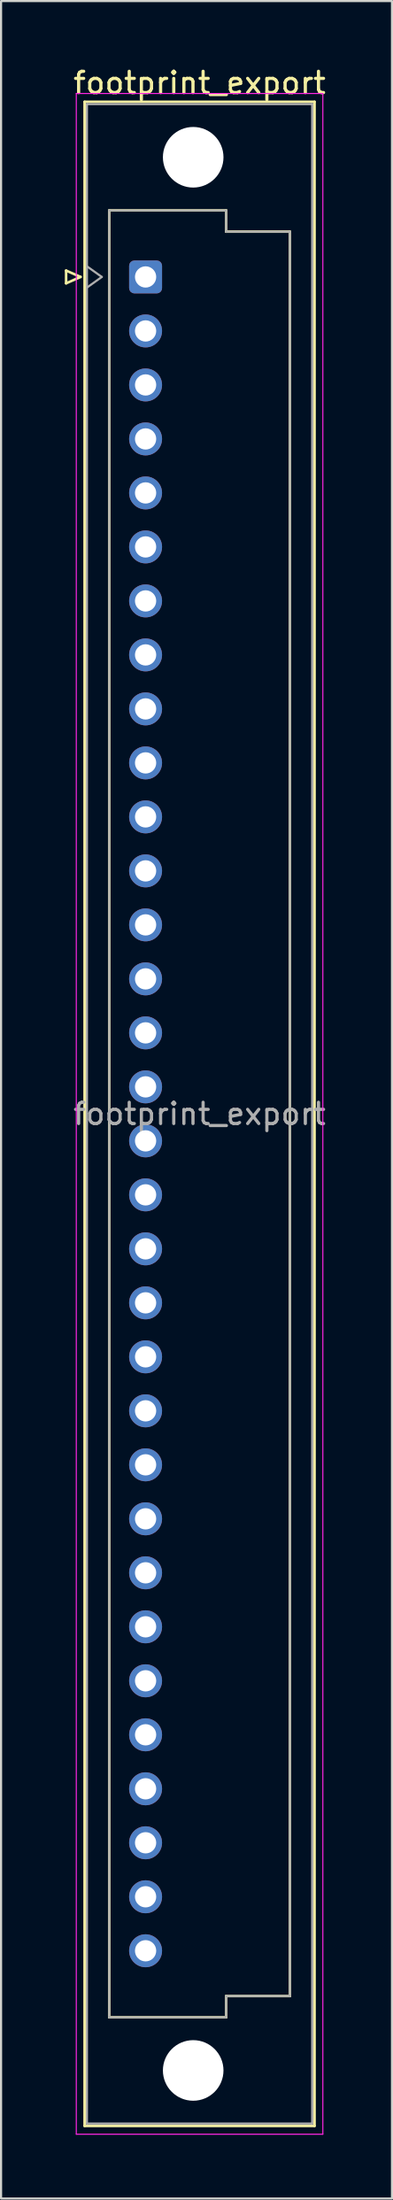
<source format=kicad_pcb>
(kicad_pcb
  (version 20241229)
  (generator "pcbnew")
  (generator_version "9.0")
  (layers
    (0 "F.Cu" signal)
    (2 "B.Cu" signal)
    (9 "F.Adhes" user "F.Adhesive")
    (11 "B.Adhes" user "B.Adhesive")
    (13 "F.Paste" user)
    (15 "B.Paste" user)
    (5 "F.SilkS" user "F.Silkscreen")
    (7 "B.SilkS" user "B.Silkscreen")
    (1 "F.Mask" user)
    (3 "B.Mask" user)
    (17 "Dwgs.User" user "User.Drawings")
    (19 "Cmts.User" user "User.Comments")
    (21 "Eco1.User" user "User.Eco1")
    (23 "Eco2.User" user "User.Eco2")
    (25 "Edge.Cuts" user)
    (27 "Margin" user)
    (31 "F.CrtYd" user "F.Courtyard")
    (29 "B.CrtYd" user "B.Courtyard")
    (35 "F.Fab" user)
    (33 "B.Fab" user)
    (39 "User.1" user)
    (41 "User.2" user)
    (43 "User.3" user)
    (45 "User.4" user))
  (footprint "footprint_export"
    (layer "F.Cu")
    (at 3.8 9.978)
    (property "Reference" "footprint_export" (at 2.54 -9.13 0) (layer "F.SilkS") (effects (font (size 1 1) (thickness 0.15))))
    (attr through_hole)
    (fp_line (start -3.74 -0.3) (end -3.74 0.3) (stroke (width 0.12) (type solid)) (layer "F.SilkS"))
    (fp_line (start -3.74 0.3) (end -3.06 0) (stroke (width 0.12) (type solid)) (layer "F.SilkS"))
    (fp_line (start -3.06 0) (end -3.74 -0.3) (stroke (width 0.12) (type solid)) (layer "F.SilkS"))
    (fp_line (start -2.87 -8.24) (end 7.95 -8.24) (stroke (width 0.12) (type solid)) (layer "F.SilkS"))
    (fp_line (start -2.87 86.98) (end -2.87 -8.24) (stroke (width 0.12) (type solid)) (layer "F.SilkS"))
    (fp_line (start -1.71 -3.131) (end 3.79 -3.131) (stroke (width 0.12) (type solid)) (layer "F.SilkS"))
    (fp_line (start -1.71 81.87) (end -1.71 -3.131) (stroke (width 0.12) (type solid)) (layer "F.SilkS"))
    (fp_line (start 3.79 -3.131) (end 3.79 -2.131) (stroke (width 0.12) (type solid)) (layer "F.SilkS"))
    (fp_line (start 3.79 -2.131) (end 6.79 -2.131) (stroke (width 0.12) (type solid)) (layer "F.SilkS"))
    (fp_line (start 3.79 80.87) (end 3.79 81.87) (stroke (width 0.12) (type solid)) (layer "F.SilkS"))
    (fp_line (start 3.79 81.87) (end -1.71 81.87) (stroke (width 0.12) (type solid)) (layer "F.SilkS"))
    (fp_line (start 6.79 -2.131) (end 6.79 80.87) (stroke (width 0.12) (type solid)) (layer "F.SilkS"))
    (fp_line (start 6.79 80.87) (end 3.79 80.87) (stroke (width 0.12) (type solid)) (layer "F.SilkS"))
    (fp_line (start 7.95 -8.24) (end 7.95 86.98) (stroke (width 0.12) (type solid)) (layer "F.SilkS"))
    (fp_line (start 7.95 86.98) (end -2.87 86.98) (stroke (width 0.12) (type solid)) (layer "F.SilkS"))
    (fp_line (start -3.26 -8.63) (end 8.34 -8.63) (stroke (width 0.05) (type solid)) (layer "F.CrtYd"))
    (fp_line (start -3.26 87.37) (end -3.26 -8.63) (stroke (width 0.05) (type solid)) (layer "F.CrtYd"))
    (fp_line (start 8.34 -8.63) (end 8.34 87.37) (stroke (width 0.05) (type solid)) (layer "F.CrtYd"))
    (fp_line (start 8.34 87.37) (end -3.26 87.37) (stroke (width 0.05) (type solid)) (layer "F.CrtYd"))
    (fp_line (start -2.76 -8.13) (end 7.84 -8.13) (stroke (width 0.1) (type solid)) (layer "F.Fab"))
    (fp_line (start -2.76 -0.5) (end -2.06 0) (stroke (width 0.1) (type solid)) (layer "F.Fab"))
    (fp_line (start -2.76 86.87) (end -2.76 -8.13) (stroke (width 0.1) (type solid)) (layer "F.Fab"))
    (fp_line (start -2.06 0) (end -2.76 0.5) (stroke (width 0.1) (type solid)) (layer "F.Fab"))
    (fp_line (start -1.71 -3.13) (end 3.79 -3.13) (stroke (width 0.1) (type solid)) (layer "F.Fab"))
    (fp_line (start -1.71 81.87) (end -1.71 -3.13) (stroke (width 0.1) (type solid)) (layer "F.Fab"))
    (fp_line (start 3.79 -3.13) (end 3.79 -2.13) (stroke (width 0.1) (type solid)) (layer "F.Fab"))
    (fp_line (start 3.79 -2.13) (end 6.79 -2.13) (stroke (width 0.1) (type solid)) (layer "F.Fab"))
    (fp_line (start 3.79 80.87) (end 3.79 81.87) (stroke (width 0.1) (type solid)) (layer "F.Fab"))
    (fp_line (start 3.79 81.87) (end -1.71 81.87) (stroke (width 0.1) (type solid)) (layer "F.Fab"))
    (fp_line (start 6.79 -2.13) (end 6.79 80.87) (stroke (width 0.1) (type solid)) (layer "F.Fab"))
    (fp_line (start 6.79 80.87) (end 3.79 80.87) (stroke (width 0.1) (type solid)) (layer "F.Fab"))
    (fp_line (start 7.84 -8.13) (end 7.84 86.87) (stroke (width 0.1) (type solid)) (layer "F.Fab"))
    (fp_line (start 7.84 86.87) (end -2.76 86.87) (stroke (width 0.1) (type solid)) (layer "F.Fab"))
    (fp_text user "${REFERENCE}" (at 2.54 39.37 0) (layer "F.Fab") (effects (font (size 1 1) (thickness 0.15))))
    (pad "" np_thru_hole circle (at 2.24 -5.63) (size 2.85 2.85) (drill 2.85) (layers "*.Cu" "*.Mask"))
    (pad "" np_thru_hole circle (at 2.24 84.37) (size 2.85 2.85) (drill 2.85) (layers "*.Cu" "*.Mask"))
    (pad "a1" thru_hole roundrect (at 0 0) (size 1.55 1.55) (drill 1) (layers "*.Cu" "*.Mask") (roundrect_rratio 0.161))
    (pad "a2" thru_hole circle (at 0 2.54) (size 1.55 1.55) (drill 1) (layers "*.Cu" "*.Mask"))
    (pad "a3" thru_hole circle (at 0 5.08) (size 1.55 1.55) (drill 1) (layers "*.Cu" "*.Mask"))
    (pad "a4" thru_hole circle (at 0 7.62) (size 1.55 1.55) (drill 1) (layers "*.Cu" "*.Mask"))
    (pad "a5" thru_hole circle (at 0 10.16) (size 1.55 1.55) (drill 1) (layers "*.Cu" "*.Mask"))
    (pad "a6" thru_hole circle (at 0 12.7) (size 1.55 1.55) (drill 1) (layers "*.Cu" "*.Mask"))
    (pad "a7" thru_hole circle (at 0 15.24) (size 1.55 1.55) (drill 1) (layers "*.Cu" "*.Mask"))
    (pad "a8" thru_hole circle (at 0 17.78) (size 1.55 1.55) (drill 1) (layers "*.Cu" "*.Mask"))
    (pad "a9" thru_hole circle (at 0 20.32) (size 1.55 1.55) (drill 1) (layers "*.Cu" "*.Mask"))
    (pad "a10" thru_hole circle (at 0 22.86) (size 1.55 1.55) (drill 1) (layers "*.Cu" "*.Mask"))
    (pad "a11" thru_hole circle (at 0 25.4) (size 1.55 1.55) (drill 1) (layers "*.Cu" "*.Mask"))
    (pad "a12" thru_hole circle (at 0 27.94) (size 1.55 1.55) (drill 1) (layers "*.Cu" "*.Mask"))
    (pad "a13" thru_hole circle (at 0 30.48) (size 1.55 1.55) (drill 1) (layers "*.Cu" "*.Mask"))
    (pad "a14" thru_hole circle (at 0 33.02) (size 1.55 1.55) (drill 1) (layers "*.Cu" "*.Mask"))
    (pad "a15" thru_hole circle (at 0 35.56) (size 1.55 1.55) (drill 1) (layers "*.Cu" "*.Mask"))
    (pad "a16" thru_hole circle (at 0 38.1) (size 1.55 1.55) (drill 1) (layers "*.Cu" "*.Mask"))
    (pad "a17" thru_hole circle (at 0 40.64) (size 1.55 1.55) (drill 1) (layers "*.Cu" "*.Mask"))
    (pad "a18" thru_hole circle (at 0 43.18) (size 1.55 1.55) (drill 1) (layers "*.Cu" "*.Mask"))
    (pad "a19" thru_hole circle (at 0 45.72) (size 1.55 1.55) (drill 1) (layers "*.Cu" "*.Mask"))
    (pad "a20" thru_hole circle (at 0 48.26) (size 1.55 1.55) (drill 1) (layers "*.Cu" "*.Mask"))
    (pad "a21" thru_hole circle (at 0 50.8) (size 1.55 1.55) (drill 1) (layers "*.Cu" "*.Mask"))
    (pad "a22" thru_hole circle (at 0 53.34) (size 1.55 1.55) (drill 1) (layers "*.Cu" "*.Mask"))
    (pad "a23" thru_hole circle (at 0 55.88) (size 1.55 1.55) (drill 1) (layers "*.Cu" "*.Mask"))
    (pad "a24" thru_hole circle (at 0 58.42) (size 1.55 1.55) (drill 1) (layers "*.Cu" "*.Mask"))
    (pad "a25" thru_hole circle (at 0 60.96) (size 1.55 1.55) (drill 1) (layers "*.Cu" "*.Mask"))
    (pad "a26" thru_hole circle (at 0 63.5) (size 1.55 1.55) (drill 1) (layers "*.Cu" "*.Mask"))
    (pad "a27" thru_hole circle (at 0 66.04) (size 1.55 1.55) (drill 1) (layers "*.Cu" "*.Mask"))
    (pad "a28" thru_hole circle (at 0 68.58) (size 1.55 1.55) (drill 1) (layers "*.Cu" "*.Mask"))
    (pad "a29" thru_hole circle (at 0 71.12) (size 1.55 1.55) (drill 1) (layers "*.Cu" "*.Mask"))
    (pad "a30" thru_hole circle (at 0 73.66) (size 1.55 1.55) (drill 1) (layers "*.Cu" "*.Mask"))
    (pad "a31" thru_hole circle (at 0 76.2) (size 1.55 1.55) (drill 1) (layers "*.Cu" "*.Mask"))
    (pad "a32" thru_hole circle (at 0 78.74) (size 1.55 1.55) (drill 1) (layers "*.Cu" "*.Mask")))
  (gr_rect
    (start -3 -3)
    (end 15.394 100.373)
    (stroke (width 0.1) (type default))
    (fill no)
    (layer "Edge.Cuts")))
</source>
